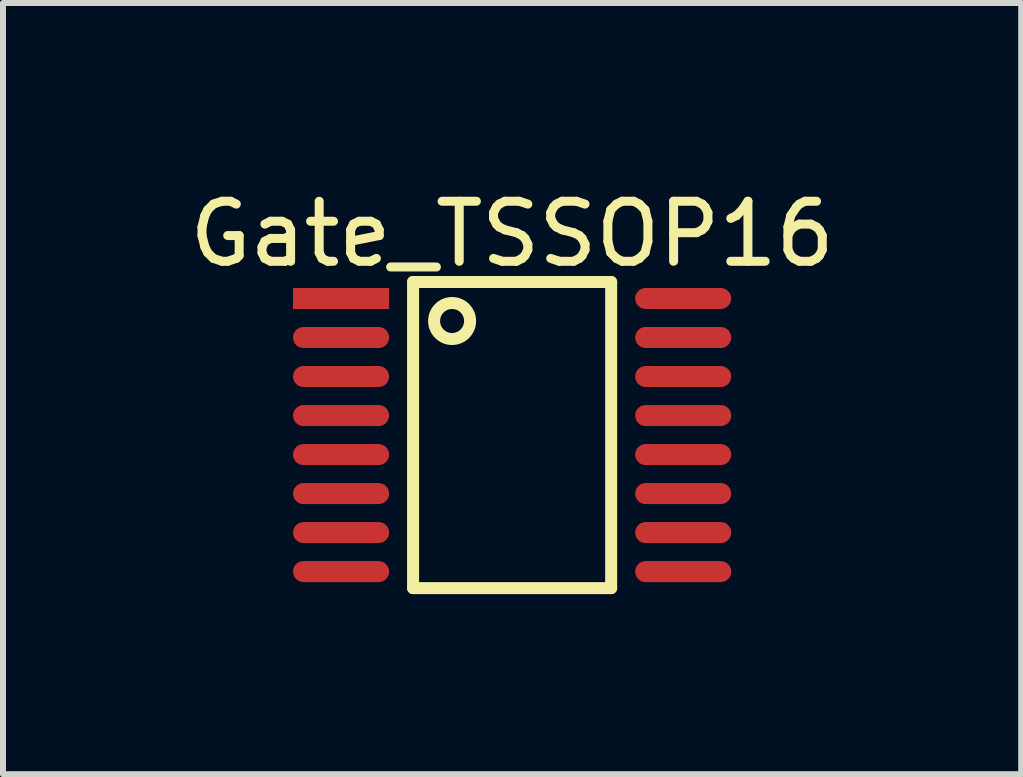
<source format=kicad_pcb>
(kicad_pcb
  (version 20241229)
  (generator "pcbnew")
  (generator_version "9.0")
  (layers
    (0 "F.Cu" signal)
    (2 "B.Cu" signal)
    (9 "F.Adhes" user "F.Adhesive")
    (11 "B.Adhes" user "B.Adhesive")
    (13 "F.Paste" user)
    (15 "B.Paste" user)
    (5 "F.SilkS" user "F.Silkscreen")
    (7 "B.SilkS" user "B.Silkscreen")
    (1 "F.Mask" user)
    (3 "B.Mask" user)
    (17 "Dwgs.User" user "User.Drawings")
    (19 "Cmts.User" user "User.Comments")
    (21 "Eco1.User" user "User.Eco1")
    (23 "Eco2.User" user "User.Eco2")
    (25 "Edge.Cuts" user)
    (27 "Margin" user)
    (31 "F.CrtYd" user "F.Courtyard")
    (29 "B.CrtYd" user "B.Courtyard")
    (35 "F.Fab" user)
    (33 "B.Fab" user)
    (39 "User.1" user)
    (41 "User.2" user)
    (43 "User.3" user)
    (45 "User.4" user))
  (footprint "Gate_TSSOP16"
    (layer "F.Cu")
    (at 5.482 4.198)
    (property "Reference" "Gate_TSSOP16" (at 0 -3.35 0) (layer "F.SilkS") (effects (font (size 1 1) (thickness 0.15))))
    (fp_line (start -1.65 -2.55) (end 1.65 -2.55) (stroke (width 0.2) (type solid)) (layer "F.SilkS"))
    (fp_line (start -1.65 2.55) (end -1.65 -2.55) (stroke (width 0.2) (type solid)) (layer "F.SilkS"))
    (fp_line (start -1.65 2.55) (end 1.65 2.55) (stroke (width 0.2) (type solid)) (layer "F.SilkS"))
    (fp_line (start 1.65 2.55) (end 1.65 -2.55) (stroke (width 0.2) (type solid)) (layer "F.SilkS"))
    (fp_circle (center -1 -1.9) (end -1 -2.2) (stroke (width 0.2) (type solid)) (fill no) (layer "F.SilkS"))
    (pad "1" smd rect (at -2.85 -2.275 90) (size 0.35 1.6) (layers "F.Cu" "F.Mask" "F.Paste"))
    (pad "2" smd oval (at -2.85 -1.625 90) (size 0.35 1.6) (layers "F.Cu" "F.Mask" "F.Paste"))
    (pad "3" smd oval (at -2.85 -0.975 90) (size 0.35 1.6) (layers "F.Cu" "F.Mask" "F.Paste"))
    (pad "4" smd oval (at -2.85 -0.325 90) (size 0.35 1.6) (layers "F.Cu" "F.Mask" "F.Paste"))
    (pad "5" smd oval (at -2.85 0.325 90) (size 0.35 1.6) (layers "F.Cu" "F.Mask" "F.Paste"))
    (pad "6" smd oval (at -2.85 0.975 90) (size 0.35 1.6) (layers "F.Cu" "F.Mask" "F.Paste"))
    (pad "7" smd oval (at -2.85 1.625 90) (size 0.35 1.6) (layers "F.Cu" "F.Mask" "F.Paste"))
    (pad "8" smd oval (at -2.85 2.275 90) (size 0.35 1.6) (layers "F.Cu" "F.Mask" "F.Paste"))
    (pad "9" smd oval (at 2.85 2.275 90) (size 0.35 1.6) (layers "F.Cu" "F.Mask" "F.Paste"))
    (pad "10" smd oval (at 2.85 1.625 90) (size 0.35 1.6) (layers "F.Cu" "F.Mask" "F.Paste"))
    (pad "11" smd oval (at 2.85 0.975 90) (size 0.35 1.6) (layers "F.Cu" "F.Mask" "F.Paste"))
    (pad "12" smd oval (at 2.85 0.325 90) (size 0.35 1.6) (layers "F.Cu" "F.Mask" "F.Paste"))
    (pad "13" smd oval (at 2.85 -0.325 90) (size 0.35 1.6) (layers "F.Cu" "F.Mask" "F.Paste"))
    (pad "14" smd oval (at 2.85 -0.975 90) (size 0.35 1.6) (layers "F.Cu" "F.Mask" "F.Paste"))
    (pad "15" smd oval (at 2.85 -1.625 90) (size 0.35 1.6) (layers "F.Cu" "F.Mask" "F.Paste"))
    (pad "16" smd oval (at 2.85 -2.275 90) (size 0.35 1.6) (layers "F.Cu" "F.Mask" "F.Paste")))
  (gr_rect
    (start -3 -3)
    (end 13.964 9.848)
    (stroke (width 0.1) (type default))
    (fill no)
    (layer "Edge.Cuts")))
</source>
